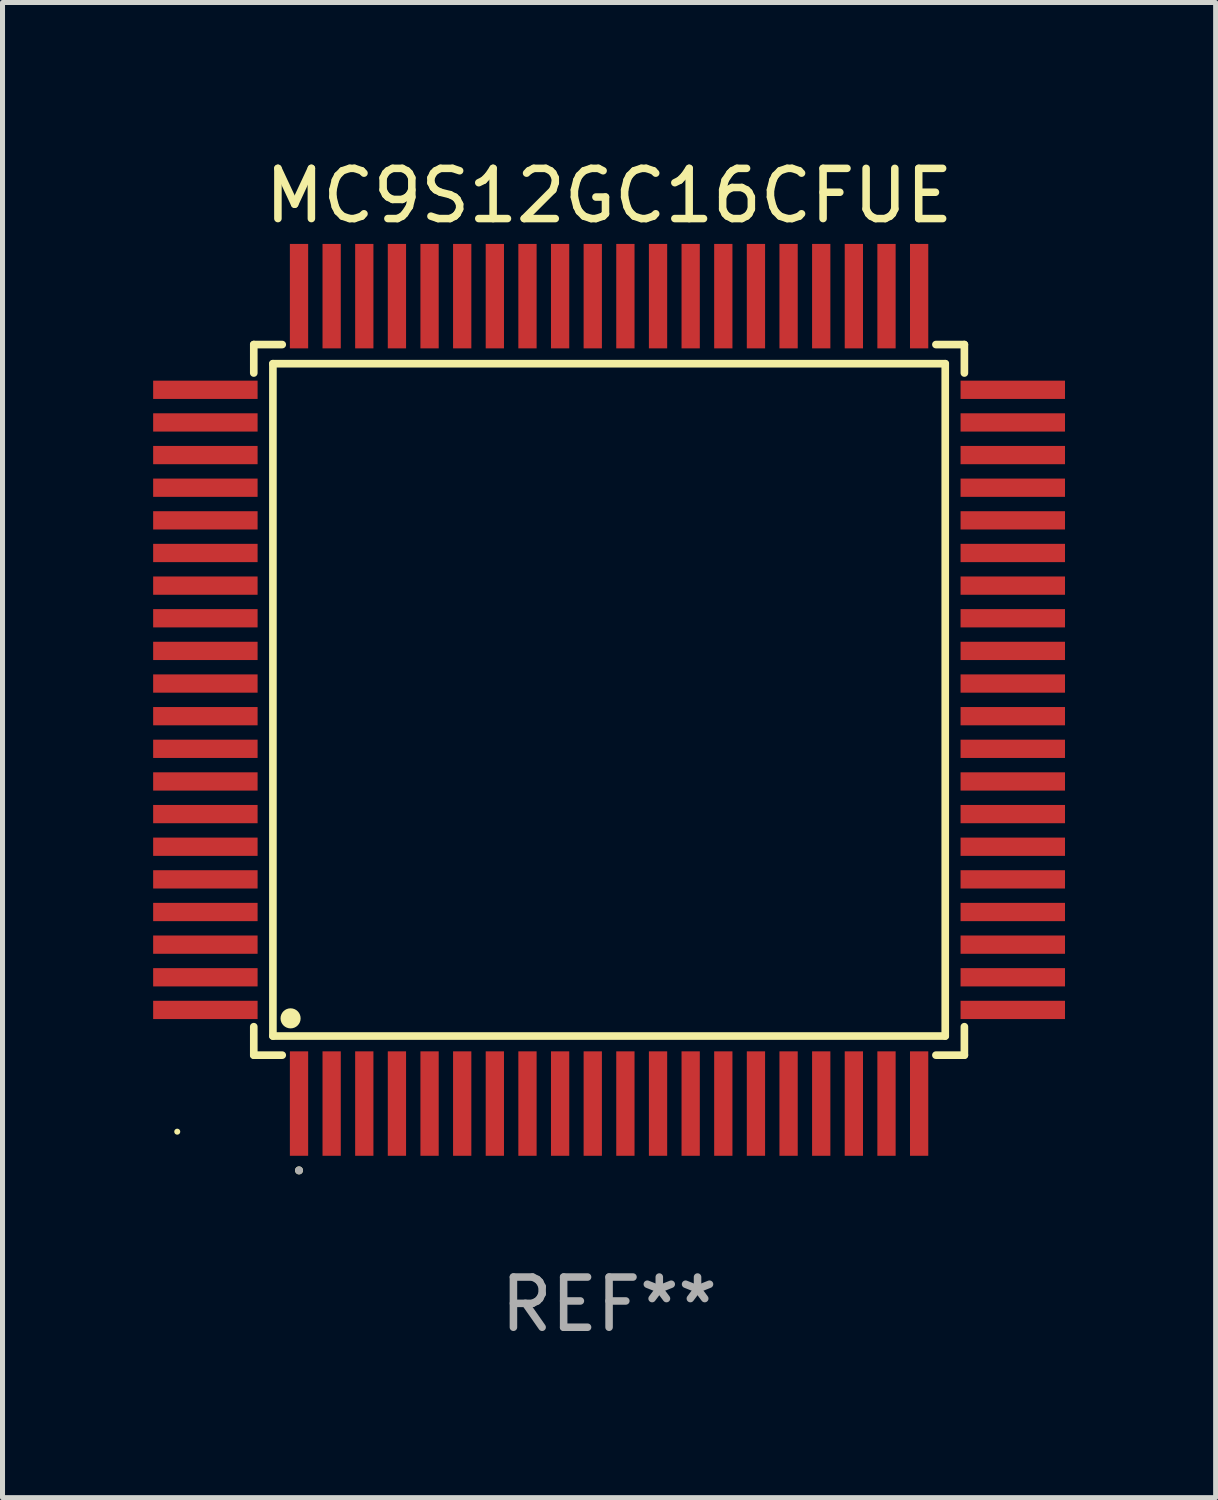
<source format=kicad_pcb>
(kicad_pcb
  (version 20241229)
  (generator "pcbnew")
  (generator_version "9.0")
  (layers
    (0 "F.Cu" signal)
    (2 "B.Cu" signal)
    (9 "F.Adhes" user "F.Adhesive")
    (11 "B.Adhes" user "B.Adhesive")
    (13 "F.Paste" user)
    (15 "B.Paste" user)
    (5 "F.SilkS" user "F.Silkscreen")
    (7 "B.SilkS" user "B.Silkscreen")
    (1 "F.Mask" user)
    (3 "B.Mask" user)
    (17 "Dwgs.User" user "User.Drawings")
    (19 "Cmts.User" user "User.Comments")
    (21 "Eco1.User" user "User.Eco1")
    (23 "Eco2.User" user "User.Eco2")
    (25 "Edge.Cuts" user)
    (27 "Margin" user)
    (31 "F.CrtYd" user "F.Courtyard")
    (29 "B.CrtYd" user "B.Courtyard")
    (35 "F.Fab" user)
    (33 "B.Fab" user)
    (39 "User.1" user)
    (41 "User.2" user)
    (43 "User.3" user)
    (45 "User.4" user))
  (footprint "MC9S12GC16CFUE"
    (layer "F.Cu")
    (at 9.08 10.888)
    (property "Reference" "MC9S12GC16CFUE" (at 0 -10.04 0) (layer "F.SilkS") (effects (font (size 1 1) (thickness 0.15))))
    (attr through_hole)
    (fp_line (start -7.076 -7.076) (end -7.076 -6.509) (stroke (width 0.152) (type solid)) (layer "F.SilkS"))
    (fp_line (start -7.076 7.076) (end -7.076 6.509) (stroke (width 0.152) (type solid)) (layer "F.SilkS"))
    (fp_line (start -6.695 -6.695) (end 6.695 -6.695) (stroke (width 0.152) (type solid)) (layer "F.SilkS"))
    (fp_line (start -6.695 6.695) (end -6.695 -6.695) (stroke (width 0.152) (type solid)) (layer "F.SilkS"))
    (fp_line (start -6.509 -7.076) (end -7.076 -7.076) (stroke (width 0.152) (type solid)) (layer "F.SilkS"))
    (fp_line (start -6.509 7.076) (end -7.076 7.076) (stroke (width 0.152) (type solid)) (layer "F.SilkS"))
    (fp_line (start 6.509 -7.076) (end 7.076 -7.076) (stroke (width 0.152) (type solid)) (layer "F.SilkS"))
    (fp_line (start 6.509 7.076) (end 7.076 7.076) (stroke (width 0.152) (type solid)) (layer "F.SilkS"))
    (fp_line (start 6.695 -6.695) (end 6.695 6.695) (stroke (width 0.152) (type solid)) (layer "F.SilkS"))
    (fp_line (start 6.695 6.695) (end -6.695 6.695) (stroke (width 0.152) (type solid)) (layer "F.SilkS"))
    (fp_line (start 7.076 -7.076) (end 7.076 -6.509) (stroke (width 0.152) (type solid)) (layer "F.SilkS"))
    (fp_line (start 7.076 7.076) (end 7.076 6.509) (stroke (width 0.152) (type solid)) (layer "F.SilkS"))
    (fp_circle (center -8.6 8.6) (end -8.57 8.6) (stroke (width 0.06) (type solid)) (fill no) (layer "F.SilkS"))
    (fp_circle (center -6.343 6.343) (end -6.243 6.343) (stroke (width 0.2) (type solid)) (fill no) (layer "F.SilkS"))
    (fp_circle (center -6.175 9.371) (end -6.135 9.371) (stroke (width 0.08) (type solid)) (fill no) (layer "F.SilkS"))
    (fp_circle (center -6.175 9.371) (end -6.135 9.371) (stroke (width 0.08) (type solid)) (fill no) (layer "F.Fab"))
    (fp_text user "REF**" (at 0 12.04 0) (layer "F.Fab") (effects (font (size 1 1) (thickness 0.15))))
    (pad "1" smd rect (at -6.175 8.04) (size 0.364 2.08) (layers "F.Cu" "F.Mask" "F.Paste"))
    (pad "2" smd rect (at -5.525 8.04) (size 0.364 2.08) (layers "F.Cu" "F.Mask" "F.Paste"))
    (pad "3" smd rect (at -4.875 8.04) (size 0.364 2.08) (layers "F.Cu" "F.Mask" "F.Paste"))
    (pad "4" smd rect (at -4.225 8.04) (size 0.364 2.08) (layers "F.Cu" "F.Mask" "F.Paste"))
    (pad "5" smd rect (at -3.575 8.04) (size 0.364 2.08) (layers "F.Cu" "F.Mask" "F.Paste"))
    (pad "6" smd rect (at -2.925 8.04) (size 0.364 2.08) (layers "F.Cu" "F.Mask" "F.Paste"))
    (pad "7" smd rect (at -2.275 8.04) (size 0.364 2.08) (layers "F.Cu" "F.Mask" "F.Paste"))
    (pad "8" smd rect (at -1.625 8.04) (size 0.364 2.08) (layers "F.Cu" "F.Mask" "F.Paste"))
    (pad "9" smd rect (at -0.975 8.04) (size 0.364 2.08) (layers "F.Cu" "F.Mask" "F.Paste"))
    (pad "10" smd rect (at -0.325 8.04) (size 0.364 2.08) (layers "F.Cu" "F.Mask" "F.Paste"))
    (pad "11" smd rect (at 0.325 8.04) (size 0.364 2.08) (layers "F.Cu" "F.Mask" "F.Paste"))
    (pad "12" smd rect (at 0.975 8.04) (size 0.364 2.08) (layers "F.Cu" "F.Mask" "F.Paste"))
    (pad "13" smd rect (at 1.625 8.04) (size 0.364 2.08) (layers "F.Cu" "F.Mask" "F.Paste"))
    (pad "14" smd rect (at 2.275 8.04) (size 0.364 2.08) (layers "F.Cu" "F.Mask" "F.Paste"))
    (pad "15" smd rect (at 2.925 8.04) (size 0.364 2.08) (layers "F.Cu" "F.Mask" "F.Paste"))
    (pad "16" smd rect (at 3.575 8.04) (size 0.364 2.08) (layers "F.Cu" "F.Mask" "F.Paste"))
    (pad "17" smd rect (at 4.225 8.04) (size 0.364 2.08) (layers "F.Cu" "F.Mask" "F.Paste"))
    (pad "18" smd rect (at 4.875 8.04) (size 0.364 2.08) (layers "F.Cu" "F.Mask" "F.Paste"))
    (pad "19" smd rect (at 5.525 8.04) (size 0.364 2.08) (layers "F.Cu" "F.Mask" "F.Paste"))
    (pad "20" smd rect (at 6.175 8.04) (size 0.364 2.08) (layers "F.Cu" "F.Mask" "F.Paste"))
    (pad "21" smd rect (at 8.04 6.175) (size 2.08 0.364) (layers "F.Cu" "F.Mask" "F.Paste"))
    (pad "22" smd rect (at 8.04 5.525) (size 2.08 0.364) (layers "F.Cu" "F.Mask" "F.Paste"))
    (pad "23" smd rect (at 8.04 4.875) (size 2.08 0.364) (layers "F.Cu" "F.Mask" "F.Paste"))
    (pad "24" smd rect (at 8.04 4.225) (size 2.08 0.364) (layers "F.Cu" "F.Mask" "F.Paste"))
    (pad "25" smd rect (at 8.04 3.575) (size 2.08 0.364) (layers "F.Cu" "F.Mask" "F.Paste"))
    (pad "26" smd rect (at 8.04 2.925) (size 2.08 0.364) (layers "F.Cu" "F.Mask" "F.Paste"))
    (pad "27" smd rect (at 8.04 2.275) (size 2.08 0.364) (layers "F.Cu" "F.Mask" "F.Paste"))
    (pad "28" smd rect (at 8.04 1.625) (size 2.08 0.364) (layers "F.Cu" "F.Mask" "F.Paste"))
    (pad "29" smd rect (at 8.04 0.975) (size 2.08 0.364) (layers "F.Cu" "F.Mask" "F.Paste"))
    (pad "30" smd rect (at 8.04 0.325) (size 2.08 0.364) (layers "F.Cu" "F.Mask" "F.Paste"))
    (pad "31" smd rect (at 8.04 -0.325) (size 2.08 0.364) (layers "F.Cu" "F.Mask" "F.Paste"))
    (pad "32" smd rect (at 8.04 -0.975) (size 2.08 0.364) (layers "F.Cu" "F.Mask" "F.Paste"))
    (pad "33" smd rect (at 8.04 -1.625) (size 2.08 0.364) (layers "F.Cu" "F.Mask" "F.Paste"))
    (pad "34" smd rect (at 8.04 -2.275) (size 2.08 0.364) (layers "F.Cu" "F.Mask" "F.Paste"))
    (pad "35" smd rect (at 8.04 -2.925) (size 2.08 0.364) (layers "F.Cu" "F.Mask" "F.Paste"))
    (pad "36" smd rect (at 8.04 -3.575) (size 2.08 0.364) (layers "F.Cu" "F.Mask" "F.Paste"))
    (pad "37" smd rect (at 8.04 -4.225) (size 2.08 0.364) (layers "F.Cu" "F.Mask" "F.Paste"))
    (pad "38" smd rect (at 8.04 -4.875) (size 2.08 0.364) (layers "F.Cu" "F.Mask" "F.Paste"))
    (pad "39" smd rect (at 8.04 -5.525) (size 2.08 0.364) (layers "F.Cu" "F.Mask" "F.Paste"))
    (pad "40" smd rect (at 8.04 -6.175) (size 2.08 0.364) (layers "F.Cu" "F.Mask" "F.Paste"))
    (pad "41" smd rect (at 6.175 -8.04) (size 0.364 2.08) (layers "F.Cu" "F.Mask" "F.Paste"))
    (pad "42" smd rect (at 5.525 -8.04) (size 0.364 2.08) (layers "F.Cu" "F.Mask" "F.Paste"))
    (pad "43" smd rect (at 4.875 -8.04) (size 0.364 2.08) (layers "F.Cu" "F.Mask" "F.Paste"))
    (pad "44" smd rect (at 4.225 -8.04) (size 0.364 2.08) (layers "F.Cu" "F.Mask" "F.Paste"))
    (pad "45" smd rect (at 3.575 -8.04) (size 0.364 2.08) (layers "F.Cu" "F.Mask" "F.Paste"))
    (pad "46" smd rect (at 2.925 -8.04) (size 0.364 2.08) (layers "F.Cu" "F.Mask" "F.Paste"))
    (pad "47" smd rect (at 2.275 -8.04) (size 0.364 2.08) (layers "F.Cu" "F.Mask" "F.Paste"))
    (pad "48" smd rect (at 1.625 -8.04) (size 0.364 2.08) (layers "F.Cu" "F.Mask" "F.Paste"))
    (pad "49" smd rect (at 0.975 -8.04) (size 0.364 2.08) (layers "F.Cu" "F.Mask" "F.Paste"))
    (pad "50" smd rect (at 0.325 -8.04) (size 0.364 2.08) (layers "F.Cu" "F.Mask" "F.Paste"))
    (pad "51" smd rect (at -0.325 -8.04) (size 0.364 2.08) (layers "F.Cu" "F.Mask" "F.Paste"))
    (pad "52" smd rect (at -0.975 -8.04) (size 0.364 2.08) (layers "F.Cu" "F.Mask" "F.Paste"))
    (pad "53" smd rect (at -1.625 -8.04) (size 0.364 2.08) (layers "F.Cu" "F.Mask" "F.Paste"))
    (pad "54" smd rect (at -2.275 -8.04) (size 0.364 2.08) (layers "F.Cu" "F.Mask" "F.Paste"))
    (pad "55" smd rect (at -2.925 -8.04) (size 0.364 2.08) (layers "F.Cu" "F.Mask" "F.Paste"))
    (pad "56" smd rect (at -3.575 -8.04) (size 0.364 2.08) (layers "F.Cu" "F.Mask" "F.Paste"))
    (pad "57" smd rect (at -4.225 -8.04) (size 0.364 2.08) (layers "F.Cu" "F.Mask" "F.Paste"))
    (pad "58" smd rect (at -4.875 -8.04) (size 0.364 2.08) (layers "F.Cu" "F.Mask" "F.Paste"))
    (pad "59" smd rect (at -5.525 -8.04) (size 0.364 2.08) (layers "F.Cu" "F.Mask" "F.Paste"))
    (pad "60" smd rect (at -6.175 -8.04) (size 0.364 2.08) (layers "F.Cu" "F.Mask" "F.Paste"))
    (pad "61" smd rect (at -8.04 -6.175) (size 2.08 0.364) (layers "F.Cu" "F.Mask" "F.Paste"))
    (pad "62" smd rect (at -8.04 -5.525) (size 2.08 0.364) (layers "F.Cu" "F.Mask" "F.Paste"))
    (pad "63" smd rect (at -8.04 -4.875) (size 2.08 0.364) (layers "F.Cu" "F.Mask" "F.Paste"))
    (pad "64" smd rect (at -8.04 -4.225) (size 2.08 0.364) (layers "F.Cu" "F.Mask" "F.Paste"))
    (pad "65" smd rect (at -8.04 -3.575) (size 2.08 0.364) (layers "F.Cu" "F.Mask" "F.Paste"))
    (pad "66" smd rect (at -8.04 -2.925) (size 2.08 0.364) (layers "F.Cu" "F.Mask" "F.Paste"))
    (pad "67" smd rect (at -8.04 -2.275) (size 2.08 0.364) (layers "F.Cu" "F.Mask" "F.Paste"))
    (pad "68" smd rect (at -8.04 -1.625) (size 2.08 0.364) (layers "F.Cu" "F.Mask" "F.Paste"))
    (pad "69" smd rect (at -8.04 -0.975) (size 2.08 0.364) (layers "F.Cu" "F.Mask" "F.Paste"))
    (pad "70" smd rect (at -8.04 -0.325) (size 2.08 0.364) (layers "F.Cu" "F.Mask" "F.Paste"))
    (pad "71" smd rect (at -8.04 0.325) (size 2.08 0.364) (layers "F.Cu" "F.Mask" "F.Paste"))
    (pad "72" smd rect (at -8.04 0.975) (size 2.08 0.364) (layers "F.Cu" "F.Mask" "F.Paste"))
    (pad "73" smd rect (at -8.04 1.625) (size 2.08 0.364) (layers "F.Cu" "F.Mask" "F.Paste"))
    (pad "74" smd rect (at -8.04 2.275) (size 2.08 0.364) (layers "F.Cu" "F.Mask" "F.Paste"))
    (pad "75" smd rect (at -8.04 2.925) (size 2.08 0.364) (layers "F.Cu" "F.Mask" "F.Paste"))
    (pad "76" smd rect (at -8.04 3.575) (size 2.08 0.364) (layers "F.Cu" "F.Mask" "F.Paste"))
    (pad "77" smd rect (at -8.04 4.225) (size 2.08 0.364) (layers "F.Cu" "F.Mask" "F.Paste"))
    (pad "78" smd rect (at -8.04 4.875) (size 2.08 0.364) (layers "F.Cu" "F.Mask" "F.Paste"))
    (pad "79" smd rect (at -8.04 5.525) (size 2.08 0.364) (layers "F.Cu" "F.Mask" "F.Paste"))
    (pad "80" smd rect (at -8.04 6.175) (size 2.08 0.364) (layers "F.Cu" "F.Mask" "F.Paste")))
  (gr_rect
    (start -3 -3)
    (end 21.16 26.776)
    (stroke (width 0.1) (type default))
    (fill no)
    (layer "Edge.Cuts")))
</source>
